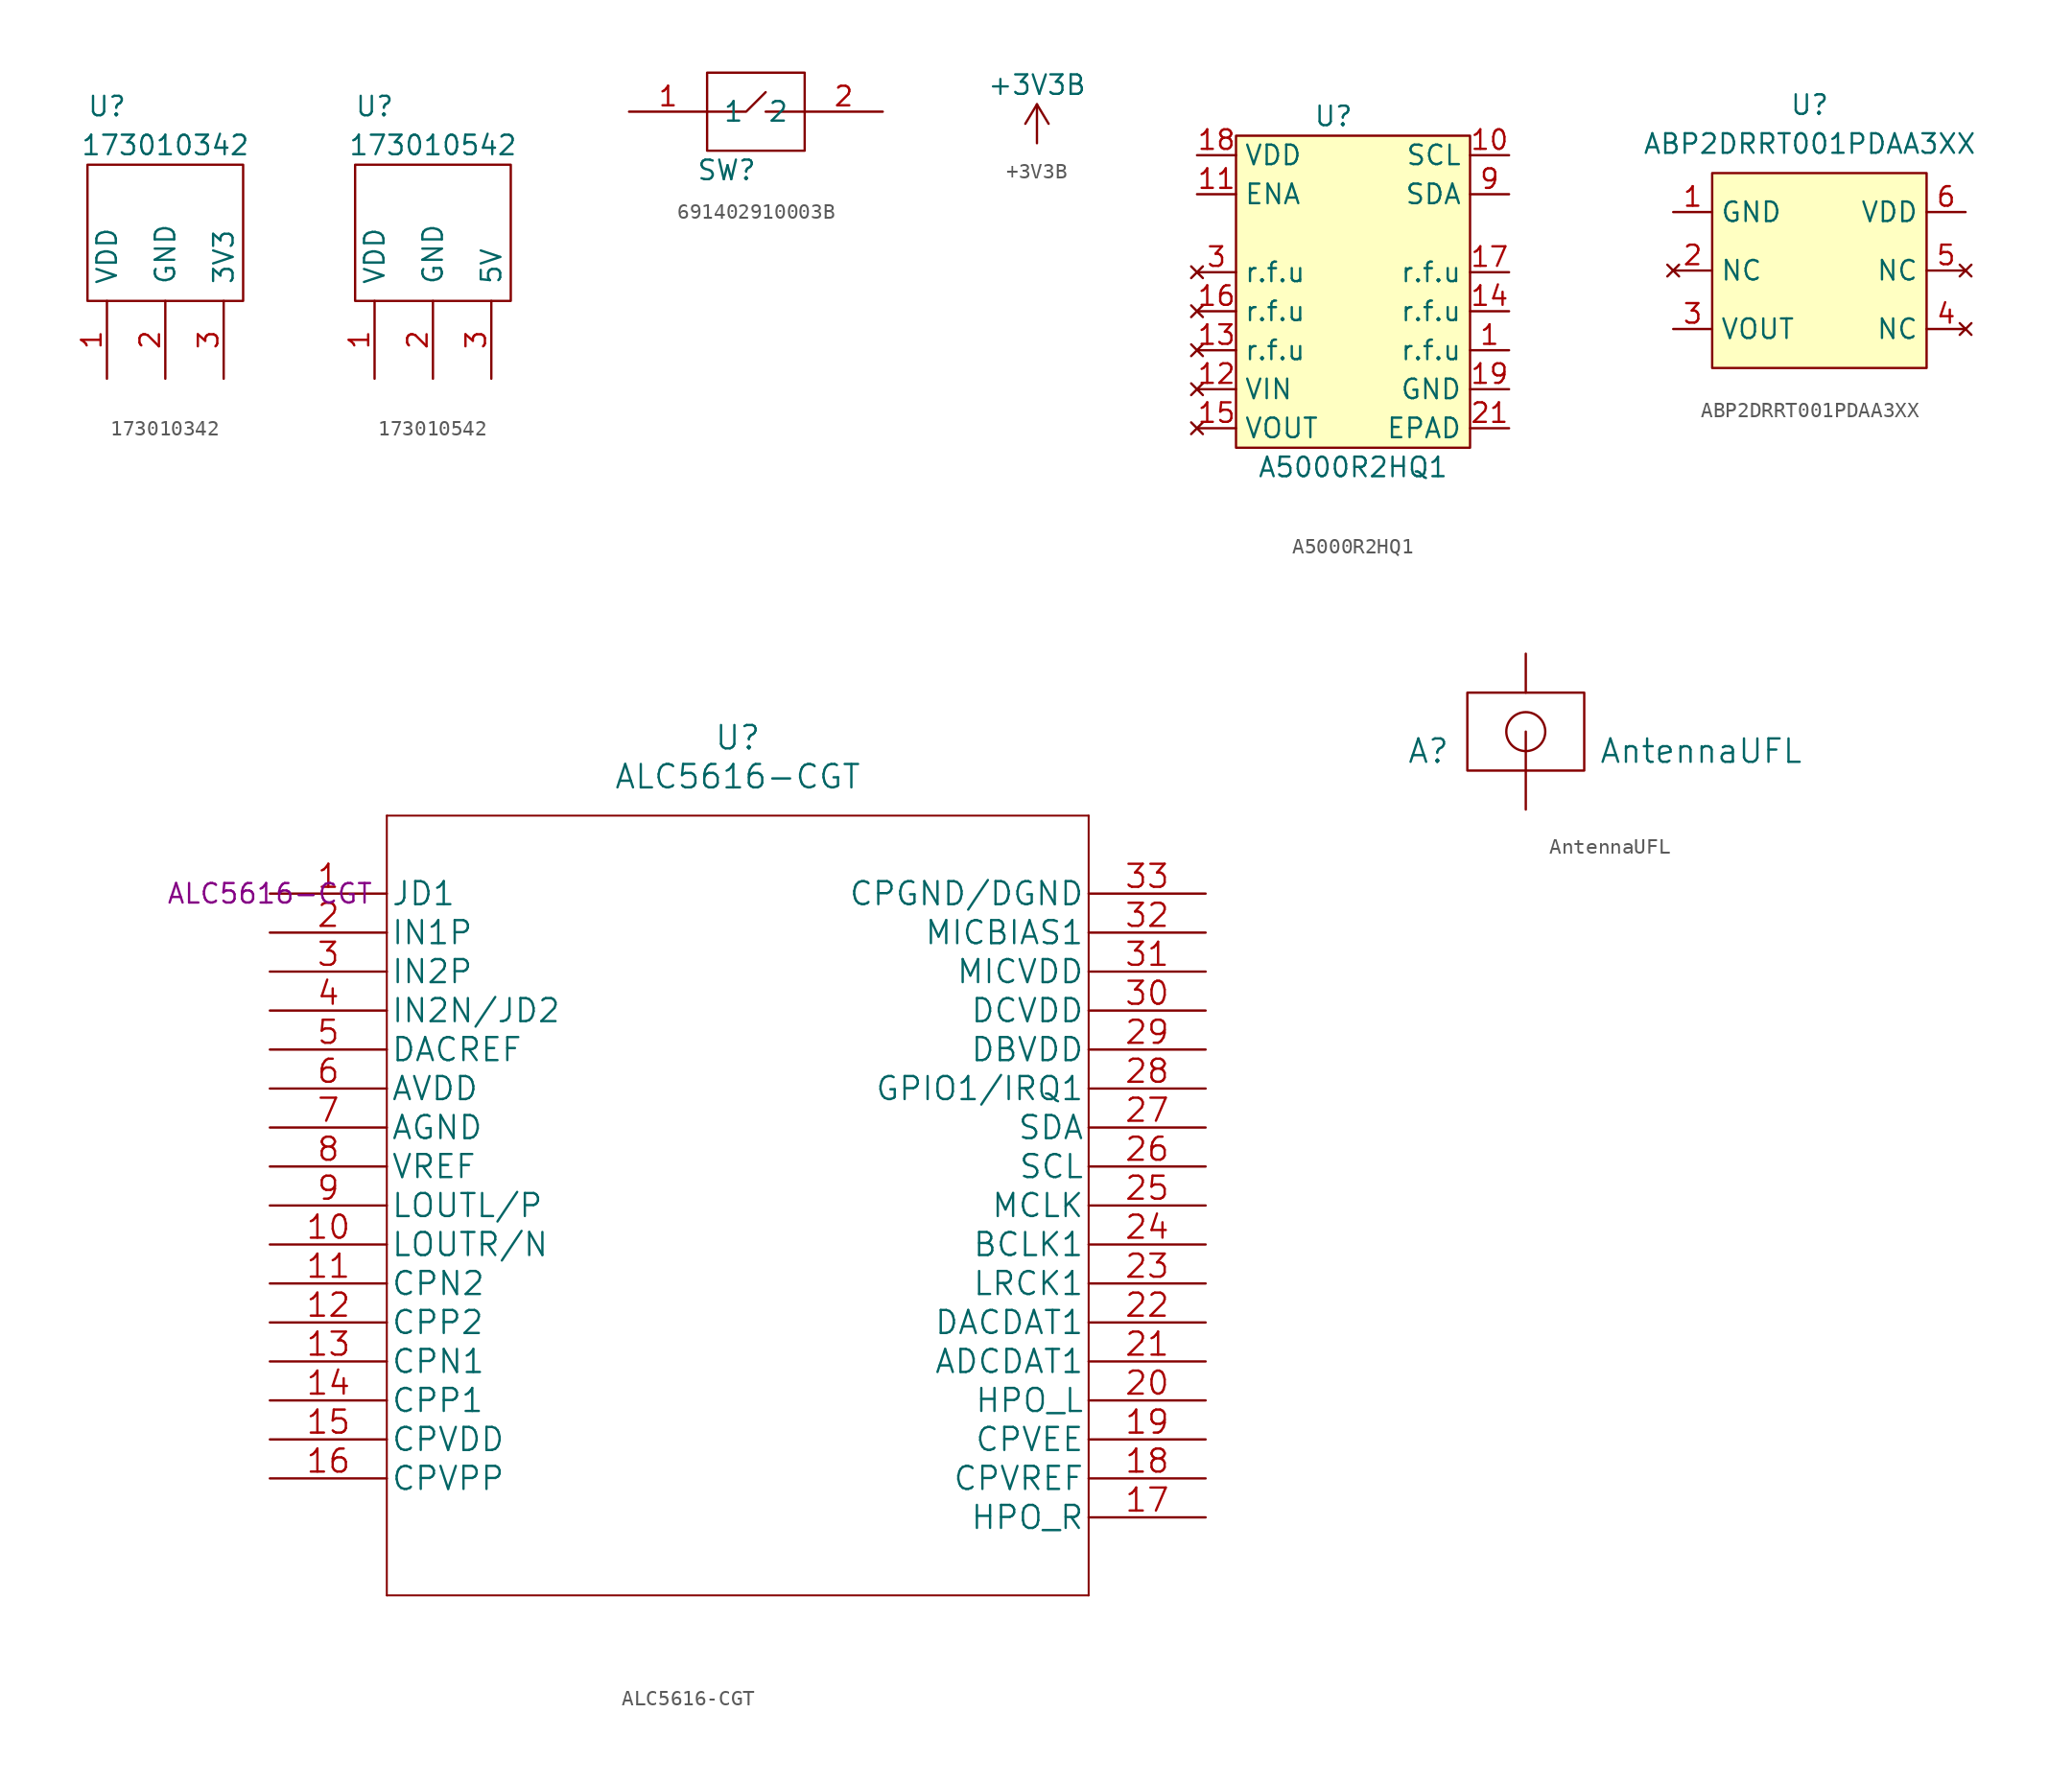
<source format=kicad_sym>
(kicad_symbol_lib
  (version 20211014)
  (generator kicad_symbol_editor)
  (symbol "173010342"
    (pin_names
      (offset 1.016))
    (property "Reference" "U"
      (at 1.27 12.7 0)
      (effects (font (size 1.27 1.27))))
    (property "Value" "173010342"
      (at 5.08 10.16 0)
      (effects (font (size 1.27 1.27))))
    (symbol "173010342_0_1"
      (rectangle (start 0 0) (end 10.16 8.89) (stroke (width 0) (type default) (color 0 0 0 0)) (fill (type none))))
    (symbol "173010342_1_1"
      (pin input line (at 1.27 -5.08 90) (length 5.08) (name "VDD" (effects (font (size 1.27 1.27)))) (number "1" (effects (font (size 1.27 1.27)))))
      (pin input line (at 5.08 -5.08 90) (length 5.08) (name "GND" (effects (font (size 1.27 1.27)))) (number "2" (effects (font (size 1.27 1.27)))))
      (pin input line (at 8.89 -5.08 90) (length 5.08) (name "3V3" (effects (font (size 1.27 1.27)))) (number "3" (effects (font (size 1.27 1.27)))))))
  (symbol "173010542"
    (pin_names
      (offset 1.016))
    (property "Reference" "U"
      (at 1.27 12.7 0)
      (effects (font (size 1.27 1.27))))
    (property "Value" "173010542"
      (at 5.08 10.16 0)
      (effects (font (size 1.27 1.27))))
    (symbol "173010542_0_1"
      (rectangle (start 0 0) (end 10.16 8.89) (stroke (width 0) (type default) (color 0 0 0 0)) (fill (type none))))
    (symbol "173010542_1_1"
      (pin input line (at 1.27 -5.08 90) (length 5.08) (name "VDD" (effects (font (size 1.27 1.27)))) (number "1" (effects (font (size 1.27 1.27)))))
      (pin input line (at 5.08 -5.08 90) (length 5.08) (name "GND" (effects (font (size 1.27 1.27)))) (number "2" (effects (font (size 1.27 1.27)))))
      (pin input line (at 8.89 -5.08 90) (length 5.08) (name "5V" (effects (font (size 1.27 1.27)))) (number "3" (effects (font (size 1.27 1.27)))))))
  (symbol "691402910003B"
    (pin_names
      (offset 1.016))
    (property "Reference" "SW"
      (at 1.27 -1.27 0)
      (effects (font (size 1.27 1.27))))
    (symbol "691402910003B_0_1"
      (polyline (pts (xy 6.35 2.54) (xy 3.81 2.54)) (stroke (width 0) (type default) (color 0 0 0 0)) (fill (type none)))
      (polyline (pts (xy 0 2.54) (xy 2.54 2.54) (xy 3.81 3.81)) (stroke (width 0) (type default) (color 0 0 0 0)) (fill (type none)))
      (rectangle (start 0 5.08) (end 6.35 0) (stroke (width 0) (type default) (color 0 0 0 0)) (fill (type none))))
    (symbol "691402910003B_1_1"
      (pin input line (at -5.08 2.54 0) (length 5.08) (name "1" (effects (font (size 1.27 1.27)))) (number "1" (effects (font (size 1.27 1.27)))))
      (pin input line (at 11.43 2.54 180) (length 5.08) (name "2" (effects (font (size 1.27 1.27)))) (number "2" (effects (font (size 1.27 1.27)))))))
  (symbol "+3V3B"
    (power)
    (pin_numbers hide)
    (pin_names
      (offset 1.016) hide)
    (property "Reference" "U"
      (at -5.08 4.445 0)
      (effects (font (size 1.524 1.524)) hide))
    (property "Value" "+3V3B"
      (at 0 3.81 0)
      (effects (font (size 1.27 1.27))))
    (symbol "+3V3B_0_1"
      (polyline (pts (xy -0.762 1.27) (xy 0 2.54)) (stroke (width 0) (type default) (color 0 0 0 0)) (fill (type none)))
      (polyline (pts (xy 0.762 1.27) (xy 0 2.54)) (stroke (width 0) (type default) (color 0 0 0 0)) (fill (type none))))
    (symbol "+3V3B_1_1"
      (pin input line (at 0 0 90) (length 2.54) (name "1" (effects (font (size 1.27 1.27)))) (number "1" (effects (font (size 1.27 1.27)))))))
  (symbol "A5000R2HQ1"
    (property "Reference" "U"
      (at 8.89 2.54 0)
      (effects (font (size 1.27 1.27))))
    (property "Value" "A5000R2HQ1"
      (at 10.16 -20.32 0)
      (effects (font (size 1.27 1.27))))
    (symbol "A5000R2HQ1_0_0"
      (pin unspecified line (at 20.32 -12.7 180) (length 2.54) (name "r.f.u" (effects (font (size 1.27 1.27)))) (number "1" (effects (font (size 1.27 1.27)))))
      (pin unspecified line (at 20.32 0 180) (length 2.54) (name "SCL" (effects (font (size 1.27 1.27)))) (number "10" (effects (font (size 1.27 1.27)))))
      (pin unspecified line (at 0 -2.54 0) (length 2.54) (name "ENA" (effects (font (size 1.27 1.27)))) (number "11" (effects (font (size 1.27 1.27)))))
      (pin no_connect line (at 0 -15.24 0) (length 2.54) (name "VIN" (effects (font (size 1.27 1.27)))) (number "12" (effects (font (size 1.27 1.27)))))
      (pin no_connect line (at 0 -12.7 0) (length 2.54) (name "r.f.u" (effects (font (size 1.27 1.27)))) (number "13" (effects (font (size 1.27 1.27)))))
      (pin unspecified line (at 20.32 -10.16 180) (length 2.54) (name "r.f.u" (effects (font (size 1.27 1.27)))) (number "14" (effects (font (size 1.27 1.27)))))
      (pin no_connect line (at 0 -17.78 0) (length 2.54) (name "VOUT" (effects (font (size 1.27 1.27)))) (number "15" (effects (font (size 1.27 1.27)))))
      (pin no_connect line (at 0 -10.16 0) (length 2.54) (name "r.f.u" (effects (font (size 1.27 1.27)))) (number "16" (effects (font (size 1.27 1.27)))))
      (pin unspecified line (at 20.32 -7.62 180) (length 2.54) (name "r.f.u" (effects (font (size 1.27 1.27)))) (number "17" (effects (font (size 1.27 1.27)))))
      (pin unspecified line (at 0 0 0) (length 2.54) (name "VDD" (effects (font (size 1.27 1.27)))) (number "18" (effects (font (size 1.27 1.27)))))
      (pin unspecified line (at 20.32 -15.24 180) (length 2.54) (name "GND" (effects (font (size 1.27 1.27)))) (number "19" (effects (font (size 1.27 1.27)))))
      (pin unspecified line (at 5.715 -21.59 90) (length 2.54) hide (name "NC" (effects (font (size 1.27 1.27)))) (number "2" (effects (font (size 1.27 1.27)))))
      (pin unspecified line (at 13.335 -21.59 90) (length 2.54) hide (name "NC" (effects (font (size 1.27 1.27)))) (number "20" (effects (font (size 1.27 1.27)))))
      (pin unspecified line (at 20.32 -17.78 180) (length 2.54) (name "EPAD" (effects (font (size 1.27 1.27)))) (number "21" (effects (font (size 1.27 1.27)))))
      (pin no_connect line (at 0 -7.62 0) (length 2.54) (name "r.f.u" (effects (font (size 1.27 1.27)))) (number "3" (effects (font (size 1.27 1.27)))))
      (pin unspecified line (at 6.985 -21.59 90) (length 2.54) hide (name "NC" (effects (font (size 1.27 1.27)))) (number "4" (effects (font (size 1.27 1.27)))))
      (pin unspecified line (at 8.255 -21.59 90) (length 2.54) hide (name "NC" (effects (font (size 1.27 1.27)))) (number "5" (effects (font (size 1.27 1.27)))))
      (pin unspecified line (at 9.525 -21.59 90) (length 2.54) hide (name "NC" (effects (font (size 1.27 1.27)))) (number "6" (effects (font (size 1.27 1.27)))))
      (pin unspecified line (at 10.795 -21.59 90) (length 2.54) hide (name "NC" (effects (font (size 1.27 1.27)))) (number "7" (effects (font (size 1.27 1.27)))))
      (pin unspecified line (at 12.065 -21.59 90) (length 2.54) hide (name "NC" (effects (font (size 1.27 1.27)))) (number "8" (effects (font (size 1.27 1.27)))))
      (pin unspecified line (at 20.32 -2.54 180) (length 2.54) (name "SDA" (effects (font (size 1.27 1.27)))) (number "9" (effects (font (size 1.27 1.27))))))
    (symbol "A5000R2HQ1_0_1"
      (rectangle (start 2.54 1.27) (end 17.78 -19.05) (stroke (width 0.152) (type default) (color 0 0 0 0)) (fill (type background)))))
  (symbol "ABP2DRRT001PDAA3XX"
    (property "Reference" "U"
      (at -1.27 14.605 0)
      (effects (font (size 1.27 1.27))))
    (property "Value" "ABP2DRRT001PDAA3XX"
      (at -1.27 12.065 0)
      (effects (font (size 1.27 1.27))))
    (symbol "ABP2DRRT001PDAA3XX_0_1"
      (rectangle (start -7.62 10.16) (end 6.35 -2.54) (stroke (width 0) (type default) (color 0 0 0 0)) (fill (type background))))
    (symbol "ABP2DRRT001PDAA3XX_1_1"
      (pin input line (at -10.16 7.62 0) (length 2.54) (name "GND" (effects (font (size 1.27 1.27)))) (number "1" (effects (font (size 1.27 1.27)))))
      (pin no_connect line (at -10.16 3.81 0) (length 2.54) (name "NC" (effects (font (size 1.27 1.27)))) (number "2" (effects (font (size 1.27 1.27)))))
      (pin input line (at -10.16 0 0) (length 2.54) (name "VOUT" (effects (font (size 1.27 1.27)))) (number "3" (effects (font (size 1.27 1.27)))))
      (pin no_connect line (at 8.89 0 180) (length 2.54) (name "NC" (effects (font (size 1.27 1.27)))) (number "4" (effects (font (size 1.27 1.27)))))
      (pin no_connect line (at 8.89 3.81 180) (length 2.54) (name "NC" (effects (font (size 1.27 1.27)))) (number "5" (effects (font (size 1.27 1.27)))))
      (pin input line (at 8.89 7.62 180) (length 2.54) (name "VDD" (effects (font (size 1.27 1.27)))) (number "6" (effects (font (size 1.27 1.27)))))))
  (symbol "ALC5616-CGT"
    (pin_names
      (offset 0.254))
    (property "Reference" "U"
      (at 30.48 10.16 0)
      (effects (font (size 1.524 1.524))))
    (property "Value" "ALC5616-CGT"
      (at 30.48 7.62 0)
      (effects (font (size 1.524 1.524))))
    (property "Datasheet" ""
      (at 0 0 0)
      (effects (font (size 1.524 1.524))))
    (property "PartNo" "ALC5616-CGT"
      (at 0 0 0)
      (effects (font (size 1.27 1.27))))
    (symbol "ALC5616-CGT_1_1"
      (polyline (pts (xy 7.62 -45.72) (xy 53.34 -45.72)) (stroke (width 0.127) (type default) (color 0 0 0 0)) (fill (type none)))
      (polyline (pts (xy 7.62 5.08) (xy 7.62 -45.72)) (stroke (width 0.127) (type default) (color 0 0 0 0)) (fill (type none)))
      (polyline (pts (xy 53.34 -45.72) (xy 53.34 5.08)) (stroke (width 0.127) (type default) (color 0 0 0 0)) (fill (type none)))
      (polyline (pts (xy 53.34 5.08) (xy 7.62 5.08)) (stroke (width 0.127) (type default) (color 0 0 0 0)) (fill (type none)))
      (pin input line (at 0 0 0) (length 7.62) (name "JD1" (effects (font (size 1.499 1.499)))) (number "1" (effects (font (size 1.499 1.499)))))
      (pin output line (at 0 -22.86 0) (length 7.62) (name "LOUTR/N" (effects (font (size 1.499 1.499)))) (number "10" (effects (font (size 1.499 1.499)))))
      (pin bidirectional line (at 0 -25.4 0) (length 7.62) (name "CPN2" (effects (font (size 1.499 1.499)))) (number "11" (effects (font (size 1.499 1.499)))))
      (pin bidirectional line (at 0 -27.94 0) (length 7.62) (name "CPP2" (effects (font (size 1.499 1.499)))) (number "12" (effects (font (size 1.499 1.499)))))
      (pin bidirectional line (at 0 -30.48 0) (length 7.62) (name "CPN1" (effects (font (size 1.499 1.499)))) (number "13" (effects (font (size 1.499 1.499)))))
      (pin bidirectional line (at 0 -33.02 0) (length 7.62) (name "CPP1" (effects (font (size 1.499 1.499)))) (number "14" (effects (font (size 1.499 1.499)))))
      (pin power_in line (at 0 -35.56 0) (length 7.62) (name "CPVDD" (effects (font (size 1.499 1.499)))) (number "15" (effects (font (size 1.499 1.499)))))
      (pin power_in line (at 0 -38.1 0) (length 7.62) (name "CPVPP" (effects (font (size 1.499 1.499)))) (number "16" (effects (font (size 1.499 1.499)))))
      (pin output line (at 60.96 -40.64 180) (length 7.62) (name "HPO_R" (effects (font (size 1.499 1.499)))) (number "17" (effects (font (size 1.499 1.499)))))
      (pin power_in line (at 60.96 -38.1 180) (length 7.62) (name "CPVREF" (effects (font (size 1.499 1.499)))) (number "18" (effects (font (size 1.499 1.499)))))
      (pin power_in line (at 60.96 -35.56 180) (length 7.62) (name "CPVEE" (effects (font (size 1.499 1.499)))) (number "19" (effects (font (size 1.499 1.499)))))
      (pin input line (at 0 -2.54 0) (length 7.62) (name "IN1P" (effects (font (size 1.499 1.499)))) (number "2" (effects (font (size 1.499 1.499)))))
      (pin output line (at 60.96 -33.02 180) (length 7.62) (name "HPO_L" (effects (font (size 1.499 1.499)))) (number "20" (effects (font (size 1.499 1.499)))))
      (pin output line (at 60.96 -30.48 180) (length 7.62) (name "ADCDAT1" (effects (font (size 1.499 1.499)))) (number "21" (effects (font (size 1.499 1.499)))))
      (pin input line (at 60.96 -27.94 180) (length 7.62) (name "DACDAT1" (effects (font (size 1.499 1.499)))) (number "22" (effects (font (size 1.499 1.499)))))
      (pin bidirectional line (at 60.96 -25.4 180) (length 7.62) (name "LRCK1" (effects (font (size 1.499 1.499)))) (number "23" (effects (font (size 1.499 1.499)))))
      (pin bidirectional line (at 60.96 -22.86 180) (length 7.62) (name "BCLK1" (effects (font (size 1.499 1.499)))) (number "24" (effects (font (size 1.499 1.499)))))
      (pin input line (at 60.96 -20.32 180) (length 7.62) (name "MCLK" (effects (font (size 1.499 1.499)))) (number "25" (effects (font (size 1.499 1.499)))))
      (pin input line (at 60.96 -17.78 180) (length 7.62) (name "SCL" (effects (font (size 1.499 1.499)))) (number "26" (effects (font (size 1.499 1.499)))))
      (pin bidirectional line (at 60.96 -15.24 180) (length 7.62) (name "SDA" (effects (font (size 1.499 1.499)))) (number "27" (effects (font (size 1.499 1.499)))))
      (pin bidirectional line (at 60.96 -12.7 180) (length 7.62) (name "GPIO1/IRQ1" (effects (font (size 1.499 1.499)))) (number "28" (effects (font (size 1.499 1.499)))))
      (pin power_in line (at 60.96 -10.16 180) (length 7.62) (name "DBVDD" (effects (font (size 1.499 1.499)))) (number "29" (effects (font (size 1.499 1.499)))))
      (pin input line (at 0 -5.08 0) (length 7.62) (name "IN2P" (effects (font (size 1.499 1.499)))) (number "3" (effects (font (size 1.499 1.499)))))
      (pin power_in line (at 60.96 -7.62 180) (length 7.62) (name "DCVDD" (effects (font (size 1.499 1.499)))) (number "30" (effects (font (size 1.499 1.499)))))
      (pin power_in line (at 60.96 -5.08 180) (length 7.62) (name "MICVDD" (effects (font (size 1.499 1.499)))) (number "31" (effects (font (size 1.499 1.499)))))
      (pin output line (at 60.96 -2.54 180) (length 7.62) (name "MICBIAS1" (effects (font (size 1.499 1.499)))) (number "32" (effects (font (size 1.499 1.499)))))
      (pin power_in line (at 60.96 0 180) (length 7.62) (name "CPGND/DGND" (effects (font (size 1.499 1.499)))) (number "33" (effects (font (size 1.499 1.499)))))
      (pin input line (at 0 -7.62 0) (length 7.62) (name "IN2N/JD2" (effects (font (size 1.499 1.499)))) (number "4" (effects (font (size 1.499 1.499)))))
      (pin power_in line (at 0 -10.16 0) (length 7.62) (name "DACREF" (effects (font (size 1.499 1.499)))) (number "5" (effects (font (size 1.499 1.499)))))
      (pin power_in line (at 0 -12.7 0) (length 7.62) (name "AVDD" (effects (font (size 1.499 1.499)))) (number "6" (effects (font (size 1.499 1.499)))))
      (pin power_in line (at 0 -15.24 0) (length 7.62) (name "AGND" (effects (font (size 1.499 1.499)))) (number "7" (effects (font (size 1.499 1.499)))))
      (pin power_in line (at 0 -17.78 0) (length 7.62) (name "VREF" (effects (font (size 1.499 1.499)))) (number "8" (effects (font (size 1.499 1.499)))))
      (pin output line (at 0 -20.32 0) (length 7.62) (name "LOUTL/P" (effects (font (size 1.499 1.499)))) (number "9" (effects (font (size 1.499 1.499)))))))
  (symbol "AntennaUFL"
    (pin_numbers hide)
    (pin_names
      (offset 1.016) hide)
    (property "Reference" "A"
      (at -6.35 1.27 0)
      (effects (font (size 1.524 1.524))))
    (property "Value" "AntennaUFL"
      (at 11.43 1.27 0)
      (effects (font (size 1.524 1.524))))
    (symbol "AntennaUFL_0_1"
      (rectangle (start -3.81 5.08) (end 3.81 0) (stroke (width 0) (type default) (color 0 0 0 0)) (fill (type none)))
      (circle (center 0 2.54) (radius 1.27) (stroke (width 0) (type default) (color 0 0 0 0)) (fill (type none))))
    (symbol "AntennaUFL_1_1"
      (pin input line (at 0 -2.54 90) (length 5.08) (name "~" (effects (font (size 1.27 1.27)))) (number "1" (effects (font (size 1.27 1.27)))))
      (pin input line (at 0 7.62 270) (length 2.54) (name "GND" (effects (font (size 1.27 1.27)))) (number "2" (effects (font (size 1.27 1.27))))))))
</source>
